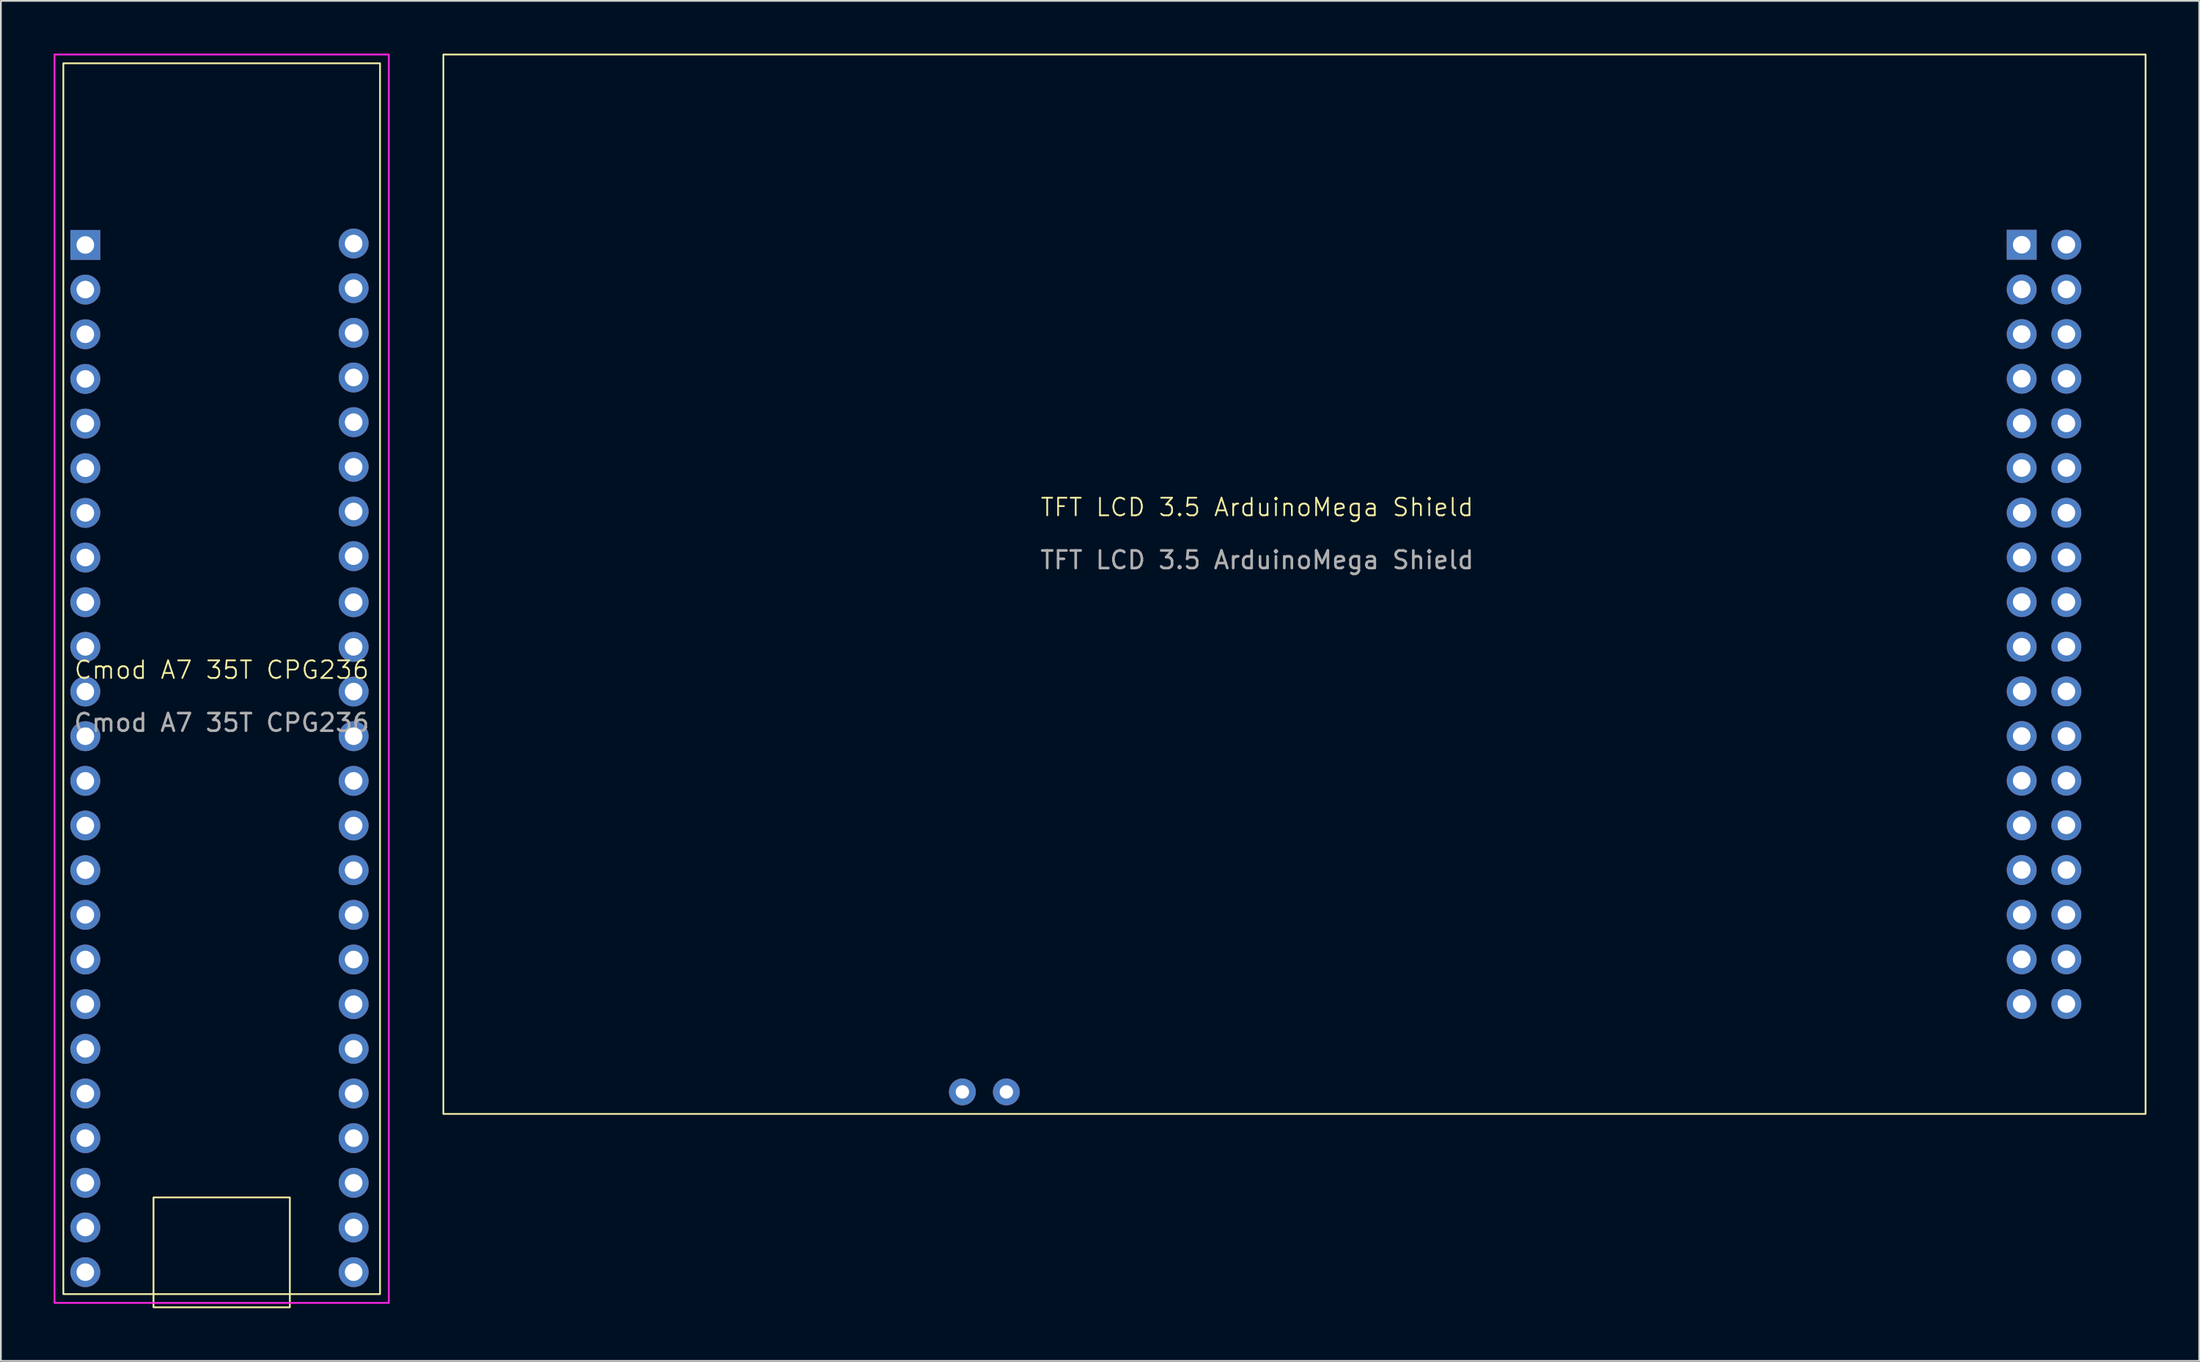
<source format=kicad_pcb>
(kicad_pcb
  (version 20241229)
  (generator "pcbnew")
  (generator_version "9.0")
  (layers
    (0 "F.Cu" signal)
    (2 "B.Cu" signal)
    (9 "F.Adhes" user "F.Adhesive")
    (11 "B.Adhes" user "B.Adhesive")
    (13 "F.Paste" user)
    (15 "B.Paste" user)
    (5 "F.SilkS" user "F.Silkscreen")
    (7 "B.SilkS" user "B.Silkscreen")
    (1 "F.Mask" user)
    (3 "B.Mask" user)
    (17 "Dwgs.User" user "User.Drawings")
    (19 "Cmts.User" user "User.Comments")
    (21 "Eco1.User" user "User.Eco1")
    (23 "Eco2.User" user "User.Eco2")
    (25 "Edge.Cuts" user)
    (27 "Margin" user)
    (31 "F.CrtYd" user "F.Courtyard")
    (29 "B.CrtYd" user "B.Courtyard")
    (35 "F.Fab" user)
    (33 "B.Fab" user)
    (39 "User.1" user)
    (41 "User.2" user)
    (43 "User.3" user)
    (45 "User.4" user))
  (footprint "TFT LCD 3.5 ArduinoMega Shield"
    (layer "F.Cu")
    (at 68.4 26.3)
    (property "Reference" "TFT LCD 3.5 ArduinoMega Shield" (at 0 -0.5 0) (unlocked yes) (layer "F.SilkS") (effects (font (size 1 1) (thickness 0.1))))
    (attr through_hole)
    (fp_rect (start -46.25 -26.25) (end 50.5 34) (stroke (width 0.1) (type default)) (fill no) (layer "F.SilkS"))
    (fp_text user "${REFERENCE}" (at 0 2.5 0) (unlocked yes) (layer "F.Fab") (effects (font (size 1 1) (thickness 0.15))))
    (pad "1" thru_hole rect (at 43.46 -15.43) (size 1.7 1.7) (drill 1) (layers "*.Cu" "*.Mask"))
    (pad "2" thru_hole oval (at 46 -15.43) (size 1.7 1.7) (drill 1) (layers "*.Cu" "*.Mask"))
    (pad "3" thru_hole oval (at 43.46 -12.89) (size 1.7 1.7) (drill 1) (layers "*.Cu" "*.Mask"))
    (pad "4" thru_hole oval (at 46 -12.89) (size 1.7 1.7) (drill 1) (layers "*.Cu" "*.Mask"))
    (pad "5" thru_hole oval (at 43.46 -10.35) (size 1.7 1.7) (drill 1) (layers "*.Cu" "*.Mask"))
    (pad "6" thru_hole oval (at 46 -10.35) (size 1.7 1.7) (drill 1) (layers "*.Cu" "*.Mask"))
    (pad "7" thru_hole oval (at 43.46 -7.81) (size 1.7 1.7) (drill 1) (layers "*.Cu" "*.Mask"))
    (pad "8" thru_hole oval (at 46 -7.81) (size 1.7 1.7) (drill 1) (layers "*.Cu" "*.Mask"))
    (pad "9" thru_hole oval (at 43.46 -5.27) (size 1.7 1.7) (drill 1) (layers "*.Cu" "*.Mask"))
    (pad "10" thru_hole oval (at 46 -5.27) (size 1.7 1.7) (drill 1) (layers "*.Cu" "*.Mask"))
    (pad "11" thru_hole oval (at 43.46 -2.73) (size 1.7 1.7) (drill 1) (layers "*.Cu" "*.Mask"))
    (pad "12" thru_hole oval (at 46 -2.73) (size 1.7 1.7) (drill 1) (layers "*.Cu" "*.Mask"))
    (pad "13" thru_hole oval (at 43.46 -0.19) (size 1.7 1.7) (drill 1) (layers "*.Cu" "*.Mask"))
    (pad "14" thru_hole oval (at 46 -0.19) (size 1.7 1.7) (drill 1) (layers "*.Cu" "*.Mask"))
    (pad "15" thru_hole oval (at 43.46 2.35) (size 1.7 1.7) (drill 1) (layers "*.Cu" "*.Mask"))
    (pad "16" thru_hole oval (at 46 2.35) (size 1.7 1.7) (drill 1) (layers "*.Cu" "*.Mask"))
    (pad "17" thru_hole oval (at 43.46 4.89) (size 1.7 1.7) (drill 1) (layers "*.Cu" "*.Mask"))
    (pad "18" thru_hole oval (at 46 4.89) (size 1.7 1.7) (drill 1) (layers "*.Cu" "*.Mask"))
    (pad "19" thru_hole oval (at 43.46 7.43) (size 1.7 1.7) (drill 1) (layers "*.Cu" "*.Mask"))
    (pad "20" thru_hole oval (at 46 7.43) (size 1.7 1.7) (drill 1) (layers "*.Cu" "*.Mask"))
    (pad "21" thru_hole oval (at 43.46 9.97) (size 1.7 1.7) (drill 1) (layers "*.Cu" "*.Mask"))
    (pad "22" thru_hole oval (at 46 9.97) (size 1.7 1.7) (drill 1) (layers "*.Cu" "*.Mask"))
    (pad "23" thru_hole oval (at 43.46 12.51) (size 1.7 1.7) (drill 1) (layers "*.Cu" "*.Mask"))
    (pad "24" thru_hole oval (at 46 12.51) (size 1.7 1.7) (drill 1) (layers "*.Cu" "*.Mask"))
    (pad "25" thru_hole oval (at 43.46 15.05) (size 1.7 1.7) (drill 1) (layers "*.Cu" "*.Mask"))
    (pad "26" thru_hole oval (at 46 15.05) (size 1.7 1.7) (drill 1) (layers "*.Cu" "*.Mask"))
    (pad "27" thru_hole oval (at 43.46 17.59) (size 1.7 1.7) (drill 1) (layers "*.Cu" "*.Mask"))
    (pad "28" thru_hole oval (at 46 17.59) (size 1.7 1.7) (drill 1) (layers "*.Cu" "*.Mask"))
    (pad "29" thru_hole oval (at 43.46 20.13) (size 1.7 1.7) (drill 1) (layers "*.Cu" "*.Mask"))
    (pad "30" thru_hole oval (at 46 20.13) (size 1.7 1.7) (drill 1) (layers "*.Cu" "*.Mask"))
    (pad "31" thru_hole oval (at 43.46 22.67) (size 1.7 1.7) (drill 1) (layers "*.Cu" "*.Mask"))
    (pad "32" thru_hole oval (at 46 22.67) (size 1.7 1.7) (drill 1) (layers "*.Cu" "*.Mask"))
    (pad "33" thru_hole oval (at 43.46 25.21) (size 1.7 1.7) (drill 1) (layers "*.Cu" "*.Mask"))
    (pad "34" thru_hole oval (at 46 25.21) (size 1.7 1.7) (drill 1) (layers "*.Cu" "*.Mask"))
    (pad "35" thru_hole oval (at 43.46 27.75) (size 1.7 1.7) (drill 1) (layers "*.Cu" "*.Mask"))
    (pad "36" thru_hole oval (at 46 27.75) (size 1.7 1.7) (drill 1) (layers "*.Cu" "*.Mask"))
    (pad "37" thru_hole circle (at -16.75 32.75) (size 1.524 1.524) (drill 0.762) (layers "*.Cu" "*.Mask"))
    (pad "38" thru_hole circle (at -14.25 32.75) (size 1.524 1.524) (drill 0.762) (layers "*.Cu" "*.Mask")))
  (footprint "Cmod A7 35T CPG236"
    (layer "F.Cu")
    (at 9.55 35.55)
    (property "Reference" "Cmod A7 35T CPG236" (at 0 -0.5 0) (unlocked yes) (layer "F.SilkS") (effects (font (size 1 1) (thickness 0.1))))
    (attr through_hole)
    (fp_rect (start -9 -35) (end 9 35) (stroke (width 0.1) (type default)) (fill no) (layer "F.SilkS"))
    (fp_rect (start -3.875 29.5) (end 3.875 35.75) (stroke (width 0.1) (type default)) (fill no) (layer "F.SilkS"))
    (fp_rect (start -9.5 -35.5) (end 9.5 35.5) (stroke (width 0.1) (type default)) (fill no) (layer "F.CrtYd"))
    (fp_text user "${REFERENCE}" (at 0 2.5 0) (unlocked yes) (layer "F.Fab") (effects (font (size 1 1) (thickness 0.15))))
    (pad "1" thru_hole rect (at -7.75 -24.67) (size 1.7 1.7) (drill 1) (layers "*.Cu" "*.Mask"))
    (pad "2" thru_hole oval (at -7.75 -22.13) (size 1.7 1.7) (drill 1) (layers "*.Cu" "*.Mask"))
    (pad "3" thru_hole oval (at -7.75 -19.59) (size 1.7 1.7) (drill 1) (layers "*.Cu" "*.Mask"))
    (pad "4" thru_hole oval (at -7.75 -17.05) (size 1.7 1.7) (drill 1) (layers "*.Cu" "*.Mask"))
    (pad "5" thru_hole oval (at -7.75 -14.51) (size 1.7 1.7) (drill 1) (layers "*.Cu" "*.Mask"))
    (pad "6" thru_hole oval (at -7.75 -11.97) (size 1.7 1.7) (drill 1) (layers "*.Cu" "*.Mask"))
    (pad "7" thru_hole oval (at -7.75 -9.43) (size 1.7 1.7) (drill 1) (layers "*.Cu" "*.Mask"))
    (pad "8" thru_hole oval (at -7.75 -6.89) (size 1.7 1.7) (drill 1) (layers "*.Cu" "*.Mask"))
    (pad "9" thru_hole oval (at -7.75 -4.35) (size 1.7 1.7) (drill 1) (layers "*.Cu" "*.Mask"))
    (pad "10" thru_hole oval (at -7.75 -1.81) (size 1.7 1.7) (drill 1) (layers "*.Cu" "*.Mask"))
    (pad "11" thru_hole oval (at -7.75 0.73) (size 1.7 1.7) (drill 1) (layers "*.Cu" "*.Mask"))
    (pad "12" thru_hole oval (at -7.75 3.27) (size 1.7 1.7) (drill 1) (layers "*.Cu" "*.Mask"))
    (pad "13" thru_hole oval (at -7.75 5.81) (size 1.7 1.7) (drill 1) (layers "*.Cu" "*.Mask"))
    (pad "14" thru_hole oval (at -7.75 8.35) (size 1.7 1.7) (drill 1) (layers "*.Cu" "*.Mask"))
    (pad "15" thru_hole oval (at -7.75 10.89) (size 1.7 1.7) (drill 1) (layers "*.Cu" "*.Mask"))
    (pad "16" thru_hole oval (at -7.75 13.43) (size 1.7 1.7) (drill 1) (layers "*.Cu" "*.Mask"))
    (pad "17" thru_hole oval (at -7.75 15.97) (size 1.7 1.7) (drill 1) (layers "*.Cu" "*.Mask"))
    (pad "18" thru_hole oval (at -7.75 18.51) (size 1.7 1.7) (drill 1) (layers "*.Cu" "*.Mask"))
    (pad "19" thru_hole oval (at -7.75 21.05) (size 1.7 1.7) (drill 1) (layers "*.Cu" "*.Mask"))
    (pad "20" thru_hole oval (at -7.75 23.59) (size 1.7 1.7) (drill 1) (layers "*.Cu" "*.Mask"))
    (pad "21" thru_hole oval (at -7.75 26.13) (size 1.7 1.7) (drill 1) (layers "*.Cu" "*.Mask"))
    (pad "22" thru_hole oval (at -7.75 28.67) (size 1.7 1.7) (drill 1) (layers "*.Cu" "*.Mask"))
    (pad "23" thru_hole oval (at -7.75 31.21) (size 1.7 1.7) (drill 1) (layers "*.Cu" "*.Mask"))
    (pad "24" thru_hole oval (at -7.75 33.75) (size 1.7 1.7) (drill 1) (layers "*.Cu" "*.Mask"))
    (pad "25" thru_hole oval (at 7.5 33.75 180) (size 1.7 1.7) (drill 1) (layers "*.Cu" "*.Mask"))
    (pad "26" thru_hole oval (at 7.5 31.21 180) (size 1.7 1.7) (drill 1) (layers "*.Cu" "*.Mask"))
    (pad "27" thru_hole oval (at 7.5 28.67 180) (size 1.7 1.7) (drill 1) (layers "*.Cu" "*.Mask"))
    (pad "28" thru_hole oval (at 7.5 26.13 180) (size 1.7 1.7) (drill 1) (layers "*.Cu" "*.Mask"))
    (pad "29" thru_hole oval (at 7.5 23.59 180) (size 1.7 1.7) (drill 1) (layers "*.Cu" "*.Mask"))
    (pad "30" thru_hole oval (at 7.5 21.05 180) (size 1.7 1.7) (drill 1) (layers "*.Cu" "*.Mask"))
    (pad "31" thru_hole oval (at 7.5 18.51 180) (size 1.7 1.7) (drill 1) (layers "*.Cu" "*.Mask"))
    (pad "32" thru_hole oval (at 7.5 15.97 180) (size 1.7 1.7) (drill 1) (layers "*.Cu" "*.Mask"))
    (pad "33" thru_hole oval (at 7.5 13.43 180) (size 1.7 1.7) (drill 1) (layers "*.Cu" "*.Mask"))
    (pad "34" thru_hole oval (at 7.5 10.89 180) (size 1.7 1.7) (drill 1) (layers "*.Cu" "*.Mask"))
    (pad "35" thru_hole oval (at 7.5 8.35 180) (size 1.7 1.7) (drill 1) (layers "*.Cu" "*.Mask"))
    (pad "36" thru_hole oval (at 7.5 5.81 180) (size 1.7 1.7) (drill 1) (layers "*.Cu" "*.Mask"))
    (pad "37" thru_hole oval (at 7.5 3.27 180) (size 1.7 1.7) (drill 1) (layers "*.Cu" "*.Mask"))
    (pad "38" thru_hole oval (at 7.5 0.73 180) (size 1.7 1.7) (drill 1) (layers "*.Cu" "*.Mask"))
    (pad "39" thru_hole oval (at 7.5 -1.81 180) (size 1.7 1.7) (drill 1) (layers "*.Cu" "*.Mask"))
    (pad "40" thru_hole oval (at 7.5 -4.35 180) (size 1.7 1.7) (drill 1) (layers "*.Cu" "*.Mask"))
    (pad "41" thru_hole oval (at 7.5 -6.97 180) (size 1.7 1.7) (drill 1) (layers "*.Cu" "*.Mask"))
    (pad "42" thru_hole oval (at 7.5 -9.51 180) (size 1.7 1.7) (drill 1) (layers "*.Cu" "*.Mask"))
    (pad "43" thru_hole oval (at 7.5 -12.05 180) (size 1.7 1.7) (drill 1) (layers "*.Cu" "*.Mask"))
    (pad "44" thru_hole oval (at 7.5 -14.59 180) (size 1.7 1.7) (drill 1) (layers "*.Cu" "*.Mask"))
    (pad "45" thru_hole oval (at 7.5 -17.13 180) (size 1.7 1.7) (drill 1) (layers "*.Cu" "*.Mask"))
    (pad "46" thru_hole oval (at 7.5 -19.67 180) (size 1.7 1.7) (drill 1) (layers "*.Cu" "*.Mask"))
    (pad "47" thru_hole oval (at 7.5 -22.21 180) (size 1.7 1.7) (drill 1) (layers "*.Cu" "*.Mask"))
    (pad "48" thru_hole oval (at 7.5 -24.75 180) (size 1.7 1.7) (drill 1) (layers "*.Cu" "*.Mask")))
  (gr_rect
    (start -3 -3)
    (end 121.95 74.35)
    (stroke (width 0.1) (type default))
    (fill no)
    (layer "Edge.Cuts")))
</source>
